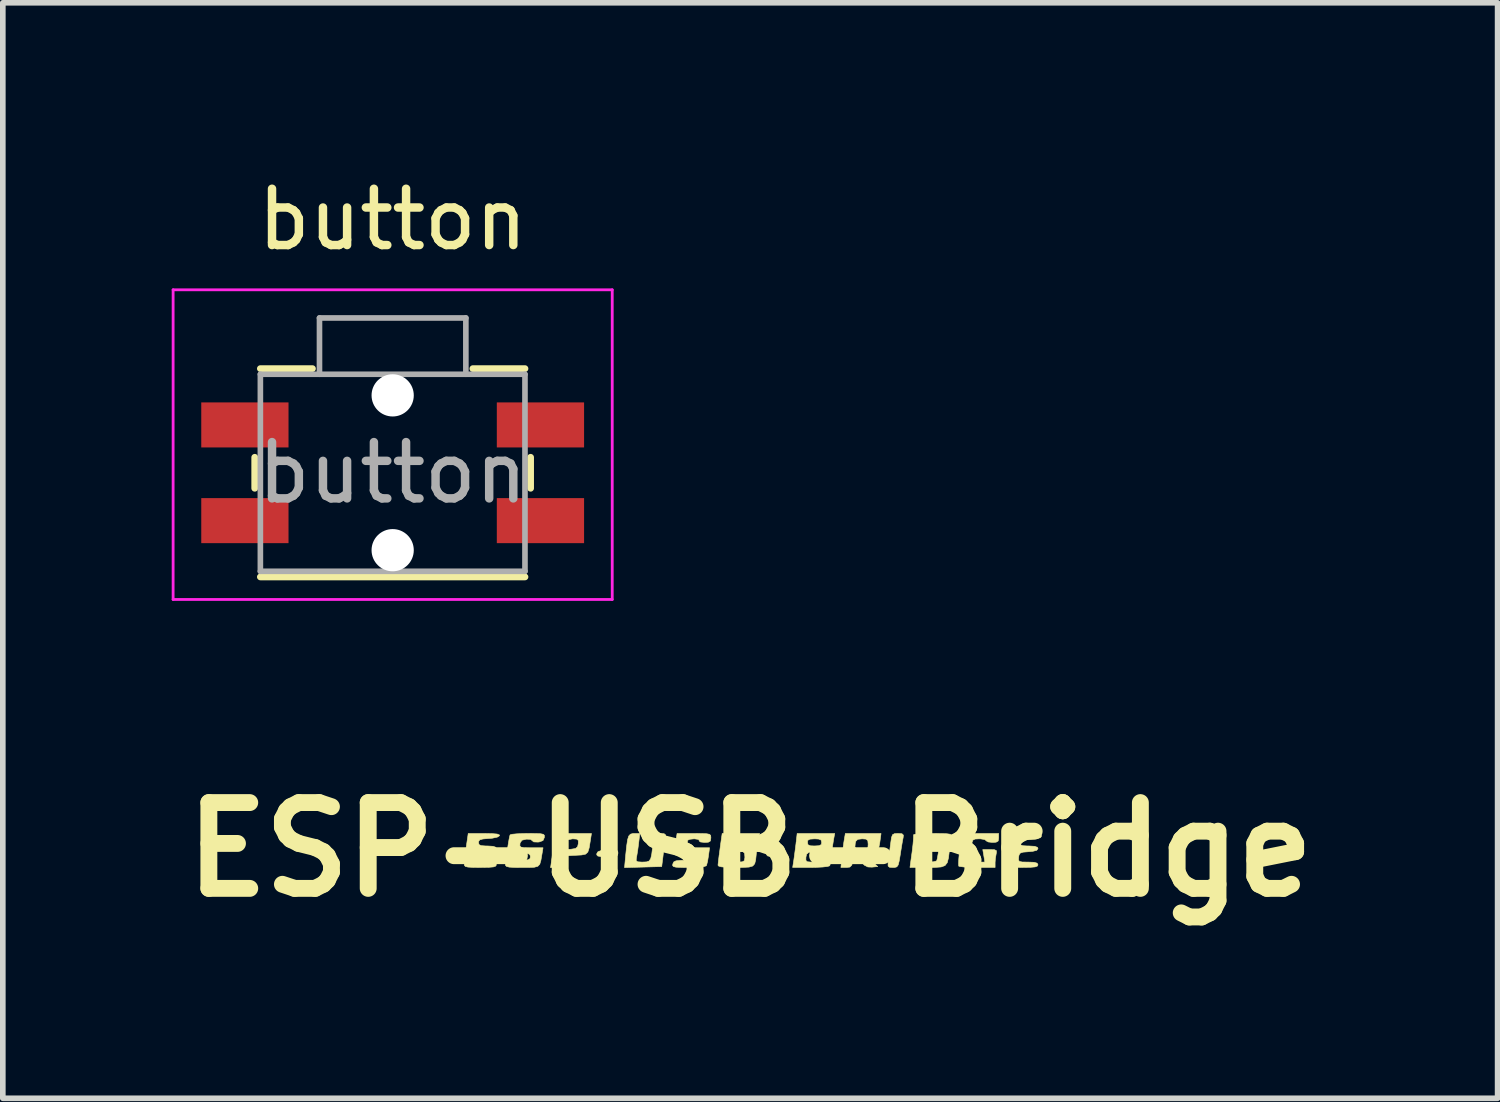
<source format=kicad_pcb>
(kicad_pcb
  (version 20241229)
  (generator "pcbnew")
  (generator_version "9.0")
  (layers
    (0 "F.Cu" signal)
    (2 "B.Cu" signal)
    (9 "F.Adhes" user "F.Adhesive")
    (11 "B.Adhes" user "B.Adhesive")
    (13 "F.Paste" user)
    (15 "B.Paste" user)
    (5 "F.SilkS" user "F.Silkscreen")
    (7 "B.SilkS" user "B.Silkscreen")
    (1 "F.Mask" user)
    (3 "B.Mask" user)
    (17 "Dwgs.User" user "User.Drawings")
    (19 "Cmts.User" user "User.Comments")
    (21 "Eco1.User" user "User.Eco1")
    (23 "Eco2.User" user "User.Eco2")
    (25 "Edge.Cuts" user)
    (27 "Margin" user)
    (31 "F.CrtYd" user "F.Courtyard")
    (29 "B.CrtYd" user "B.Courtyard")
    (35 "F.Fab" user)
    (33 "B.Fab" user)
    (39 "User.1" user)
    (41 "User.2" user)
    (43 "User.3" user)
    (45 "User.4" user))
  (footprint "button"
    (layer "F.Cu")
    (at 3.925 5.348)
    (property "Reference" "button" (at 0 -4.5 0) (layer "F.SilkS") (effects (font (size 1 1) (thickness 0.15))))
    (attr smd)
    (fp_line (start -2.45 0.275) (end -2.45 -0.275) (stroke (width 0.12) (type solid)) (layer "F.SilkS"))
    (fp_line (start -1.425 -1.85) (end -2.35 -1.85) (stroke (width 0.12) (type solid)) (layer "F.SilkS"))
    (fp_line (start 2.35 -1.85) (end 1.425 -1.85) (stroke (width 0.12) (type solid)) (layer "F.SilkS"))
    (fp_line (start 2.35 1.85) (end -2.35 1.85) (stroke (width 0.12) (type solid)) (layer "F.SilkS"))
    (fp_line (start 2.45 0.275) (end 2.45 -0.275) (stroke (width 0.12) (type solid)) (layer "F.SilkS"))
    (fp_line (start -3.9 2.25) (end -3.9 -3.25) (stroke (width 0.05) (type solid)) (layer "F.CrtYd"))
    (fp_line (start 3.9 -3.25) (end -3.9 -3.25) (stroke (width 0.05) (type solid)) (layer "F.CrtYd"))
    (fp_line (start 3.9 2.25) (end -3.9 2.25) (stroke (width 0.05) (type solid)) (layer "F.CrtYd"))
    (fp_line (start 3.9 2.25) (end 3.9 -3.25) (stroke (width 0.05) (type solid)) (layer "F.CrtYd"))
    (fp_line (start -2.35 1.75) (end -2.35 -1.75) (stroke (width 0.1) (type solid)) (layer "F.Fab"))
    (fp_line (start -1.3 -2.75) (end -1.3 -1.75) (stroke (width 0.1) (type solid)) (layer "F.Fab"))
    (fp_line (start 1.3 -2.75) (end -1.3 -2.75) (stroke (width 0.1) (type solid)) (layer "F.Fab"))
    (fp_line (start 1.3 -2.75) (end 1.3 -1.75) (stroke (width 0.1) (type solid)) (layer "F.Fab"))
    (fp_line (start 2.35 -1.75) (end -2.35 -1.75) (stroke (width 0.1) (type solid)) (layer "F.Fab"))
    (fp_line (start 2.35 1.75) (end -2.35 1.75) (stroke (width 0.1) (type solid)) (layer "F.Fab"))
    (fp_line (start 2.35 1.75) (end 2.35 -1.75) (stroke (width 0.1) (type solid)) (layer "F.Fab"))
    (fp_text user "${REFERENCE}" (at 0 0 0) (layer "F.Fab") (effects (font (size 1 1) (thickness 0.15))))
    (pad "" np_thru_hole circle (at 0 -1.375 180) (size 0.75 0.75) (drill 0.75) (layers "*.Cu" "*.Mask"))
    (pad "" np_thru_hole circle (at 0 1.375 180) (size 0.75 0.75) (drill 0.75) (layers "*.Cu" "*.Mask"))
    (pad "1" smd rect (at -2.625 -0.85 180) (size 1.55 0.8) (layers "F.Cu" "F.Mask" "F.Paste"))
    (pad "1" smd rect (at 2.625 -0.85 180) (size 1.55 0.8) (layers "F.Cu" "F.Mask" "F.Paste"))
    (pad "2" smd rect (at -2.625 0.85 180) (size 1.55 0.8) (layers "F.Cu" "F.Mask" "F.Paste"))
    (pad "2" smd rect (at 2.625 0.85 180) (size 1.55 0.8) (layers "F.Cu" "F.Mask" "F.Paste")))
  (footprint "ESP-USB-Bridge"
    (layer "F.Cu")
    (at 10.276 12.041)
    (property "Reference" "ESP-USB-Bridge" (at 0 0 0) (layer "F.SilkS") (effects (font (size 1.524 1.524) (thickness 0.3))))
    (attr through_hole)
    (fp_poly (pts (xy -2.374 0.01) (xy -2.353 0.032) (xy -2.349 0.062) (xy -2.356 0.098) (xy -2.385 0.118) (xy -2.451 0.126) (xy -2.542 0.127) (xy -2.649 0.125) (xy -2.706 0.115) (xy -2.726 0.094) (xy -2.725 0.071) (xy -2.704 0.038) (xy -2.65 0.018) (xy -2.548 0.007) (xy -2.532 0.006) (xy -2.429 0.003) (xy -2.374 0.01)) (stroke (width 0.01) (type solid)) (fill yes) (layer "F.SilkS"))
    (fp_poly (pts (xy 0.561 0.003) (xy 0.614 0.015) (xy 0.633 0.041) (xy 0.635 0.064) (xy 0.627 0.1) (xy 0.595 0.119) (xy 0.522 0.126) (xy 0.46 0.127) (xy 0.359 0.124) (xy 0.307 0.112) (xy 0.288 0.086) (xy 0.286 0.064) (xy 0.293 0.027) (xy 0.326 0.008) (xy 0.399 0.001) (xy 0.46 0) (xy 0.561 0.003)) (stroke (width 0.01) (type solid)) (fill yes) (layer "F.SilkS"))
    (fp_poly (pts (xy 2.696 -0.281) (xy 2.721 -0.257) (xy 2.717 -0.214) (xy 2.704 -0.148) (xy 2.686 -0.041) (xy 2.666 0.083) (xy 2.666 0.087) (xy 2.646 0.205) (xy 2.628 0.274) (xy 2.604 0.307) (xy 2.567 0.317) (xy 2.534 0.318) (xy 2.474 0.314) (xy 2.449 0.292) (xy 2.449 0.235) (xy 2.456 0.183) (xy 2.472 0.066) (xy 2.489 -0.068) (xy 2.496 -0.119) (xy 2.51 -0.216) (xy 2.529 -0.265) (xy 2.565 -0.283) (xy 2.624 -0.286) (xy 2.696 -0.281)) (stroke (width 0.01) (type solid)) (fill yes) (layer "F.SilkS"))
    (fp_poly (pts (xy -1.983 -0.103) (xy -1.998 0.011) (xy -2.014 0.108) (xy -2.022 0.151) (xy -2.026 0.197) (xy -2 0.217) (xy -1.929 0.222) (xy -1.912 0.222) (xy -1.841 0.219) (xy -1.796 0.203) (xy -1.767 0.161) (xy -1.749 0.082) (xy -1.733 -0.046) (xy -1.73 -0.074) (xy -1.707 -0.286) (xy -1.599 -0.286) (xy -1.53 -0.282) (xy -1.503 -0.26) (xy -1.505 -0.2) (xy -1.51 -0.167) (xy -1.526 -0.064) (xy -1.543 0.064) (xy -1.55 0.127) (xy -1.572 0.302) (xy -1.902 0.311) (xy -2.232 0.32) (xy -2.211 0.091) (xy -2.194 -0.069) (xy -2.178 -0.176) (xy -2.158 -0.24) (xy -2.128 -0.273) (xy -2.086 -0.285) (xy -2.057 -0.286) (xy -1.961 -0.286) (xy -1.983 -0.103)) (stroke (width 0.01) (type solid)) (fill yes) (layer "F.SilkS"))
    (fp_poly (pts (xy -2.841 -0.151) (xy -2.861 -0.029) (xy -2.884 0.044) (xy -2.924 0.081) (xy -2.995 0.096) (xy -3.105 0.102) (xy -3.218 0.108) (xy -3.283 0.119) (xy -3.315 0.142) (xy -3.329 0.183) (xy -3.334 0.206) (xy -3.357 0.276) (xy -3.41 0.306) (xy -3.448 0.311) (xy -3.546 0.321) (xy -3.52 0.137) (xy -3.505 0.01) (xy -3.499 -0.043) (xy -3.302 -0.043) (xy -3.284 -0.012) (xy -3.221 -0.004) (xy -3.183 -0.006) (xy -3.103 -0.019) (xy -3.066 -0.05) (xy -3.054 -0.103) (xy -3.053 -0.162) (xy -3.082 -0.186) (xy -3.154 -0.191) (xy -3.246 -0.173) (xy -3.293 -0.116) (xy -3.302 -0.043) (xy -3.499 -0.043) (xy -3.492 -0.111) (xy -3.488 -0.167) (xy -3.48 -0.286) (xy -2.82 -0.286) (xy -2.841 -0.151)) (stroke (width 0.01) (type solid)) (fill yes) (layer "F.SilkS"))
    (fp_poly (pts (xy 4.413 -0.206) (xy 4.405 -0.153) (xy 4.368 -0.131) (xy 4.302 -0.127) (xy 4.229 -0.135) (xy 4.192 -0.155) (xy 4.191 -0.159) (xy 4.163 -0.179) (xy 4.093 -0.19) (xy 4.068 -0.191) (xy 3.994 -0.187) (xy 3.955 -0.167) (xy 3.936 -0.113) (xy 3.925 -0.043) (xy 3.909 0.086) (xy 3.907 0.164) (xy 3.924 0.205) (xy 3.966 0.22) (xy 4.036 0.222) (xy 4.168 0.222) (xy 4.15 0.111) (xy 4.131 -0.000001) (xy 4.26 0) (xy 4.341 0.003) (xy 4.374 0.02) (xy 4.373 0.059) (xy 4.37 0.071) (xy 4.355 0.16) (xy 4.35 0.23) (xy 4.35 0.318) (xy 4.034 0.318) (xy 3.899 0.315) (xy 3.79 0.309) (xy 3.721 0.3) (xy 3.704 0.294) (xy 3.701 0.253) (xy 3.705 0.166) (xy 3.716 0.047) (xy 3.723 -0.008) (xy 3.756 -0.286) (xy 4.413 -0.286) (xy 4.413 -0.206)) (stroke (width 0.01) (type solid)) (fill yes) (layer "F.SilkS"))
    (fp_poly (pts (xy 2.301 -0.119) (xy 2.278 -0.002) (xy 2.243 0.064) (xy 2.188 0.092) (xy 2.151 0.095) (xy 2.104 0.106) (xy 2.108 0.141) (xy 2.163 0.206) (xy 2.181 0.222) (xy 2.265 0.302) (xy 2.162 0.312) (xy 2.09 0.309) (xy 2.029 0.278) (xy 1.958 0.206) (xy 1.953 0.201) (xy 1.848 0.079) (xy 1.825 0.198) (xy 1.804 0.277) (xy 1.77 0.311) (xy 1.707 0.318) (xy 1.611 0.318) (xy 1.632 0.119) (xy 1.647 -0.006) (xy 1.652 -0.044) (xy 1.86 -0.044) (xy 1.885 -0.011) (xy 1.955 -0.000412) (xy 1.99 0) (xy 2.062 -0.006) (xy 2.091 -0.036) (xy 2.095 -0.095) (xy 2.089 -0.16) (xy 2.056 -0.186) (xy 1.988 -0.191) (xy 1.911 -0.182) (xy 1.876 -0.148) (xy 1.866 -0.112) (xy 1.86 -0.044) (xy 1.652 -0.044) (xy 1.662 -0.122) (xy 1.672 -0.183) (xy 1.69 -0.286) (xy 2.324 -0.286) (xy 2.301 -0.119)) (stroke (width 0.01) (type solid)) (fill yes) (layer "F.SilkS"))
    (fp_poly (pts (xy 3.393 -0.285) (xy 3.493 -0.281) (xy 3.551 -0.273) (xy 3.575 -0.259) (xy 3.578 -0.237) (xy 3.576 -0.23) (xy 3.564 -0.169) (xy 3.549 -0.07) (xy 3.538 0.016) (xy 3.522 0.147) (xy 3.5 0.233) (xy 3.46 0.284) (xy 3.391 0.309) (xy 3.281 0.317) (xy 3.148 0.318) (xy 2.838 0.318) (xy 2.855 0.191) (xy 3.054 0.191) (xy 3.074 0.216) (xy 3.137 0.222) (xy 3.171 0.222) (xy 3.255 0.217) (xy 3.307 0.203) (xy 3.313 0.198) (xy 3.324 0.156) (xy 3.339 0.071) (xy 3.35 -0.008) (xy 3.373 -0.191) (xy 3.246 -0.191) (xy 3.163 -0.186) (xy 3.123 -0.162) (xy 3.103 -0.101) (xy 3.098 -0.071) (xy 3.079 0.034) (xy 3.061 0.13) (xy 3.06 0.135) (xy 3.054 0.191) (xy 2.855 0.191) (xy 2.876 0.04) (xy 2.891 -0.087) (xy 2.9 -0.19) (xy 2.902 -0.252) (xy 2.9 -0.262) (xy 2.923 -0.271) (xy 2.999 -0.279) (xy 3.113 -0.284) (xy 3.239 -0.286) (xy 3.393 -0.285)) (stroke (width 0.01) (type solid)) (fill yes) (layer "F.SilkS"))
    (fp_poly (pts (xy 5.033 -0.284) (xy 5.119 -0.276) (xy 5.163 -0.262) (xy 5.175 -0.24) (xy 5.156 -0.211) (xy 5.09 -0.193) (xy 4.993 -0.184) (xy 4.884 -0.174) (xy 4.825 -0.156) (xy 4.801 -0.124) (xy 4.8 -0.119) (xy 4.803 -0.086) (xy 4.838 -0.069) (xy 4.919 -0.064) (xy 4.951 -0.064) (xy 5.052 -0.058) (xy 5.102 -0.04) (xy 5.112 -0.018) (xy 5.09 0.013) (xy 5.02 0.031) (xy 4.945 0.038) (xy 4.847 0.046) (xy 4.796 0.063) (xy 4.775 0.097) (xy 4.768 0.135) (xy 4.766 0.185) (xy 4.782 0.211) (xy 4.833 0.221) (xy 4.932 0.222) (xy 4.935 0.222) (xy 5.041 0.226) (xy 5.096 0.241) (xy 5.112 0.27) (xy 5.112 0.27) (xy 5.101 0.293) (xy 5.06 0.308) (xy 4.979 0.315) (xy 4.847 0.317) (xy 4.826 0.318) (xy 4.679 0.315) (xy 4.587 0.306) (xy 4.545 0.289) (xy 4.54 0.278) (xy 4.544 0.229) (xy 4.555 0.136) (xy 4.571 0.015) (xy 4.577 -0.024) (xy 4.613 -0.286) (xy 4.894 -0.286) (xy 5.033 -0.284)) (stroke (width 0.01) (type solid)) (fill yes) (layer "F.SilkS"))
    (fp_poly (pts (xy -4.582 -0.283) (xy -4.495 -0.276) (xy -4.456 -0.261) (xy -4.453 -0.246) (xy -4.492 -0.221) (xy -4.58 -0.202) (xy -4.646 -0.197) (xy -4.749 -0.188) (xy -4.804 -0.173) (xy -4.824 -0.145) (xy -4.826 -0.125) (xy -4.817 -0.088) (xy -4.78 -0.07) (xy -4.7 -0.064) (xy -4.667 -0.064) (xy -4.567 -0.058) (xy -4.519 -0.041) (xy -4.508 -0.016) (xy -4.524 0.013) (xy -4.579 0.028) (xy -4.683 0.032) (xy -4.783 0.033) (xy -4.835 0.044) (xy -4.855 0.072) (xy -4.858 0.126) (xy -4.858 0.127) (xy -4.855 0.181) (xy -4.836 0.21) (xy -4.784 0.221) (xy -4.686 0.222) (xy -4.683 0.222) (xy -4.578 0.227) (xy -4.524 0.242) (xy -4.508 0.27) (xy -4.52 0.293) (xy -4.56 0.308) (xy -4.641 0.315) (xy -4.773 0.317) (xy -4.794 0.318) (xy -4.93 0.316) (xy -5.015 0.311) (xy -5.06 0.3) (xy -5.077 0.279) (xy -5.08 0.255) (xy -5.075 0.194) (xy -5.063 0.092) (xy -5.047 -0.032) (xy -5.044 -0.046) (xy -5.009 -0.286) (xy -4.724 -0.286) (xy -4.582 -0.283)) (stroke (width 0.01) (type solid)) (fill yes) (layer "F.SilkS"))
    (fp_poly (pts (xy 1.479 -0.167) (xy 1.462 -0.058) (xy 1.447 0.068) (xy 1.443 0.105) (xy 1.432 0.201) (xy 1.418 0.271) (xy 1.412 0.288) (xy 1.374 0.3) (xy 1.287 0.31) (xy 1.166 0.316) (xy 1.074 0.318) (xy 0.754 0.318) (xy 0.773 0.198) (xy 0.774 0.191) (xy 0.989 0.191) (xy 1.012 0.216) (xy 1.078 0.222) (xy 1.109 0.222) (xy 1.191 0.219) (xy 1.228 0.199) (xy 1.238 0.149) (xy 1.238 0.125) (xy 1.234 0.062) (xy 1.207 0.037) (xy 1.141 0.036) (xy 1.119 0.038) (xy 1.039 0.051) (xy 1.002 0.082) (xy 0.99 0.135) (xy 0.989 0.191) (xy 0.774 0.191) (xy 0.787 0.097) (xy 0.804 -0.031) (xy 0.813 -0.103) (xy 0.816 -0.127) (xy 1.016 -0.127) (xy 1.027 -0.085) (xy 1.07 -0.067) (xy 1.143 -0.064) (xy 1.226 -0.069) (xy 1.263 -0.09) (xy 1.27 -0.127) (xy 1.259 -0.169) (xy 1.216 -0.187) (xy 1.143 -0.191) (xy 1.06 -0.185) (xy 1.023 -0.164) (xy 1.016 -0.127) (xy 0.816 -0.127) (xy 0.834 -0.286) (xy 1.167 -0.286) (xy 1.501 -0.286) (xy 1.479 -0.167)) (stroke (width 0.01) (type solid)) (fill yes) (layer "F.SilkS"))
    (fp_poly (pts (xy 0.142 -0.167) (xy 0.123 -0.049) (xy 0.108 0.072) (xy 0.108 0.077) (xy 0.097 0.183) (xy 0.08 0.252) (xy 0.045 0.292) (xy -0.02 0.311) (xy -0.127 0.317) (xy -0.256 0.318) (xy -0.412 0.315) (xy -0.511 0.307) (xy -0.561 0.293) (xy -0.572 0.278) (xy -0.567 0.229) (xy -0.556 0.136) (xy -0.555 0.127) (xy -0.349 0.127) (xy -0.344 0.188) (xy -0.317 0.215) (xy -0.25 0.222) (xy -0.222 0.222) (xy -0.141 0.218) (xy -0.105 0.198) (xy -0.095 0.147) (xy -0.095 0.127) (xy -0.1 0.066) (xy -0.127 0.039) (xy -0.195 0.032) (xy -0.222 0.032) (xy -0.304 0.036) (xy -0.34 0.056) (xy -0.349 0.107) (xy -0.349 0.127) (xy -0.555 0.127) (xy -0.54 0.015) (xy -0.535 -0.024) (xy -0.521 -0.127) (xy -0.318 -0.127) (xy -0.307 -0.085) (xy -0.264 -0.067) (xy -0.191 -0.064) (xy -0.107 -0.069) (xy -0.071 -0.09) (xy -0.064 -0.127) (xy -0.074 -0.169) (xy -0.117 -0.187) (xy -0.191 -0.191) (xy -0.274 -0.185) (xy -0.31 -0.164) (xy -0.318 -0.127) (xy -0.521 -0.127) (xy -0.498 -0.286) (xy 0.166 -0.286) (xy 0.142 -0.167)) (stroke (width 0.01) (type solid)) (fill yes) (layer "F.SilkS"))
    (fp_poly (pts (xy -3.809 -0.285) (xy -3.721 -0.281) (xy -3.674 -0.271) (xy -3.656 -0.253) (xy -3.656 -0.223) (xy -3.657 -0.214) (xy -3.681 -0.16) (xy -3.745 -0.136) (xy -3.77 -0.133) (xy -3.844 -0.136) (xy -3.873 -0.158) (xy -3.873 -0.159) (xy -3.902 -0.182) (xy -3.975 -0.185) (xy -3.977 -0.185) (xy -4.054 -0.166) (xy -4.087 -0.12) (xy -4.09 -0.103) (xy -4.091 -0.065) (xy -4.073 -0.044) (xy -4.021 -0.034) (xy -3.922 -0.032) (xy -3.89 -0.032) (xy -3.68 -0.032) (xy -3.7 0.087) (xy -3.718 0.192) (xy -3.738 0.26) (xy -3.773 0.297) (xy -3.835 0.314) (xy -3.938 0.318) (xy -4.05 0.318) (xy -4.19 0.317) (xy -4.278 0.312) (xy -4.326 0.301) (xy -4.346 0.282) (xy -4.35 0.254) (xy -4.344 0.221) (xy -4.317 0.202) (xy -4.255 0.193) (xy -4.145 0.191) (xy -4.128 0.191) (xy -4.011 0.189) (xy -3.944 0.181) (xy -3.913 0.163) (xy -3.905 0.132) (xy -3.905 0.127) (xy -3.912 0.093) (xy -3.94 0.074) (xy -4.005 0.065) (xy -4.114 0.064) (xy -4.322 0.063) (xy -4.3 -0.087) (xy -4.284 -0.181) (xy -4.27 -0.247) (xy -4.264 -0.262) (xy -4.229 -0.272) (xy -4.144 -0.28) (xy -4.026 -0.285) (xy -3.949 -0.286) (xy -3.809 -0.285)) (stroke (width 0.01) (type solid)) (fill yes) (layer "F.SilkS"))
    (fp_poly (pts (xy -0.859 -0.285) (xy -0.772 -0.281) (xy -0.723 -0.271) (xy -0.703 -0.252) (xy -0.699 -0.219) (xy -0.699 -0.206) (xy -0.707 -0.153) (xy -0.743 -0.131) (xy -0.811 -0.127) (xy -0.884 -0.135) (xy -0.907 -0.154) (xy -0.905 -0.159) (xy -0.918 -0.18) (xy -0.983 -0.19) (xy -0.998 -0.191) (xy -1.072 -0.183) (xy -1.11 -0.166) (xy -1.111 -0.161) (xy -1.122 -0.108) (xy -1.131 -0.082) (xy -1.132 -0.055) (xy -1.103 -0.04) (xy -1.032 -0.033) (xy -0.936 -0.032) (xy -0.722 -0.032) (xy -0.742 0.114) (xy -0.757 0.207) (xy -0.774 0.274) (xy -0.78 0.288) (xy -0.817 0.301) (xy -0.903 0.311) (xy -1.023 0.317) (xy -1.094 0.318) (xy -1.233 0.317) (xy -1.318 0.313) (xy -1.363 0.302) (xy -1.378 0.284) (xy -1.375 0.255) (xy -1.374 0.254) (xy -1.357 0.219) (xy -1.318 0.2) (xy -1.243 0.192) (xy -1.155 0.191) (xy -1.045 0.188) (xy -0.984 0.179) (xy -0.958 0.159) (xy -0.953 0.127) (xy -0.959 0.092) (xy -0.988 0.073) (xy -1.054 0.065) (xy -1.156 0.064) (xy -1.266 0.061) (xy -1.326 0.052) (xy -1.349 0.033) (xy -1.348 0.008) (xy -1.336 -0.06) (xy -1.32 -0.153) (xy -1.318 -0.167) (xy -1.299 -0.286) (xy -0.999 -0.286) (xy -0.859 -0.285)) (stroke (width 0.01) (type solid)) (fill yes) (layer "F.SilkS")))
  (gr_rect
    (start -3 -3)
    (end 23.552 16.459)
    (stroke (width 0.1) (type default))
    (fill no)
    (layer "Edge.Cuts")))
</source>
